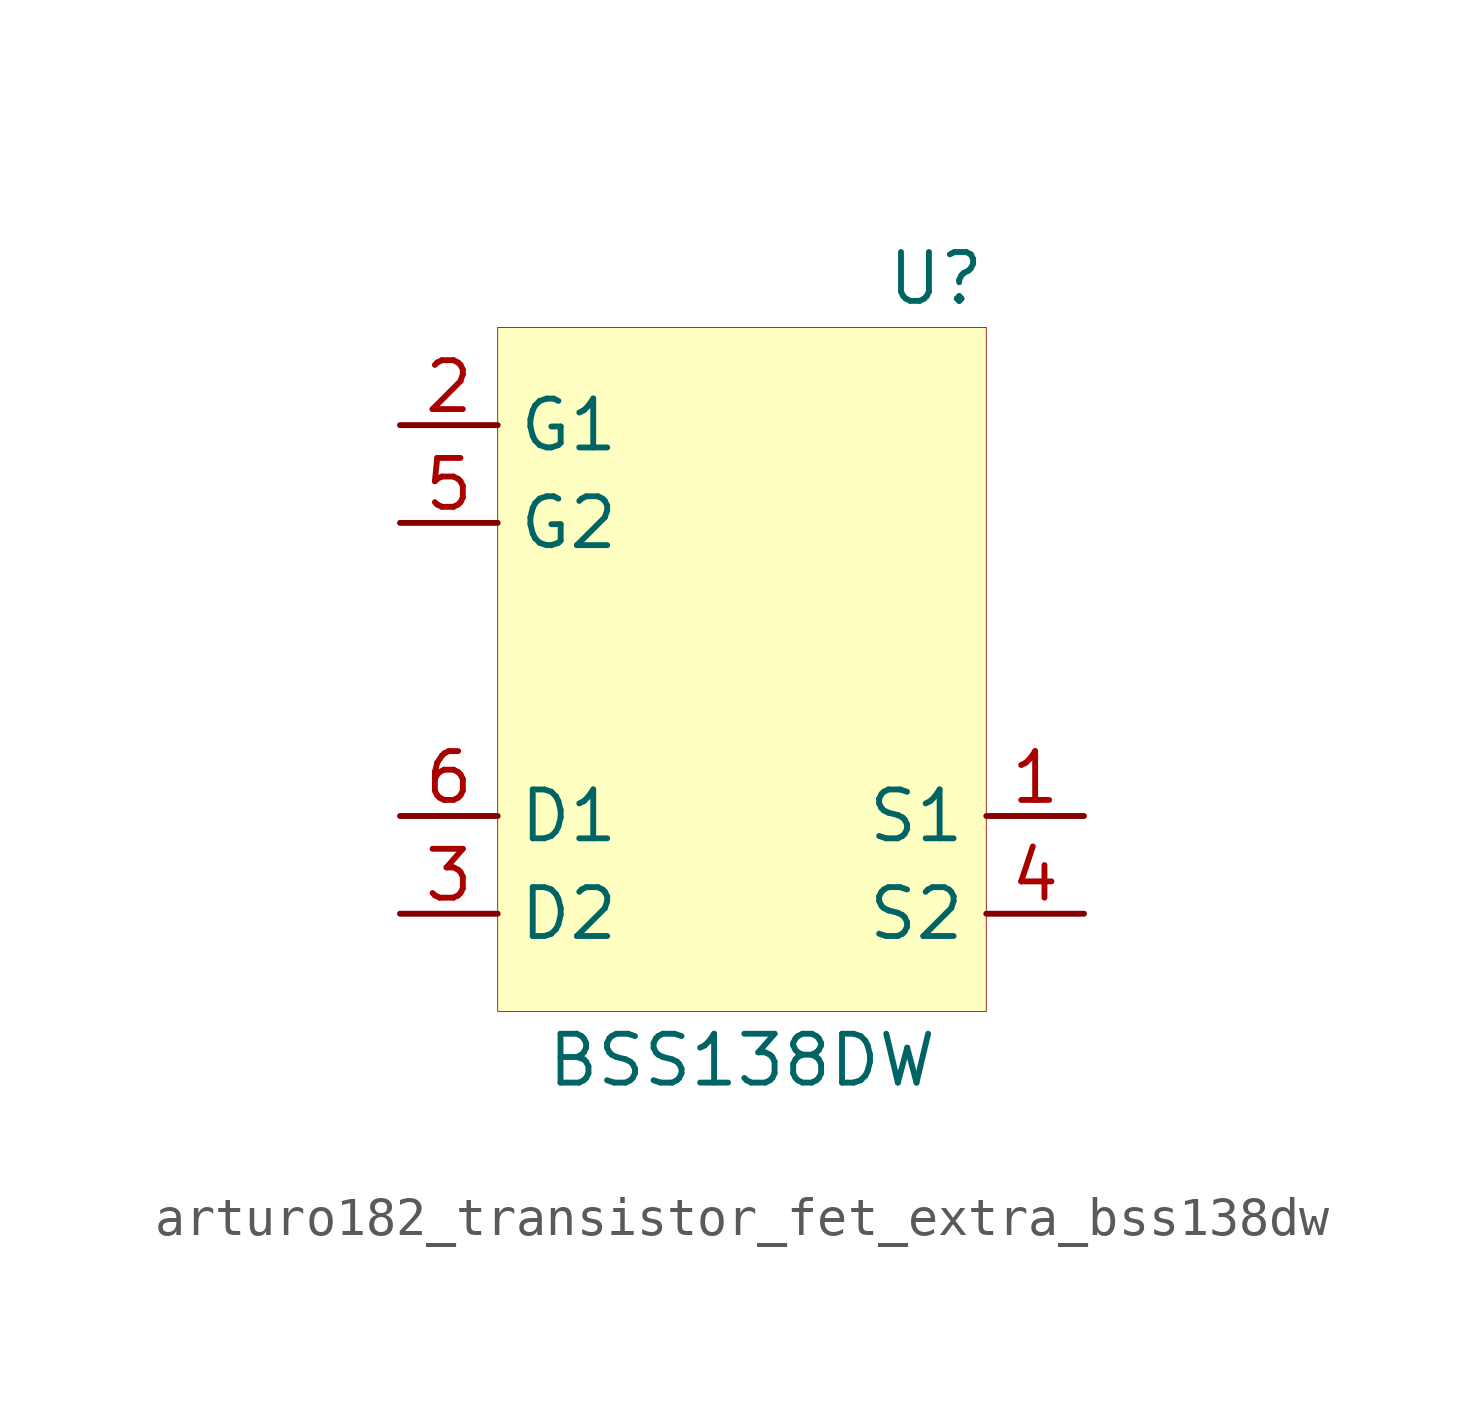
<source format=kicad_sym>
(kicad_symbol_lib
  (version 20220914)
  (generator kicad_symbol_editor)
  (symbol "Transistor_FET_Extra:arturo182_transistor_fet_extra_bss138dw"
    (property "Reference" "U"
      (at 6.35 10.16 0)
      (effects (font (size 1.27 1.27)) (justify right)))
    (property "Value" "BSS138DW"
      (at 0 -10.16 0)
      (effects (font (size 1.27 1.27))))
    (symbol "arturo182_transistor_fet_extra_bss138dw_0_1"
      (rectangle (start -6.35 8.89) (end 6.35 -8.89) (stroke (width 0.001)) (fill (type background))))
    (symbol "arturo182_transistor_fet_extra_bss138dw_0_0"
      (pin passive line (at 8.89 -3.81 180) (length 2.54) (name "S1" (effects (font (size 1.27 1.27)))) (number "1" (effects (font (size 1.27 1.27)))))
      (pin input line (at -8.89 6.35 0) (length 2.54) (name "G1" (effects (font (size 1.27 1.27)))) (number "2" (effects (font (size 1.27 1.27)))))
      (pin passive line (at -8.89 -6.35 0) (length 2.54) (name "D2" (effects (font (size 1.27 1.27)))) (number "3" (effects (font (size 1.27 1.27)))))
      (pin passive line (at 8.89 -6.35 180) (length 2.54) (name "S2" (effects (font (size 1.27 1.27)))) (number "4" (effects (font (size 1.27 1.27)))))
      (pin input line (at -8.89 3.81 0) (length 2.54) (name "G2" (effects (font (size 1.27 1.27)))) (number "5" (effects (font (size 1.27 1.27)))))
      (pin passive line (at -8.89 -3.81 0) (length 2.54) (name "D1" (effects (font (size 1.27 1.27)))) (number "6" (effects (font (size 1.27 1.27))))))))
</source>
